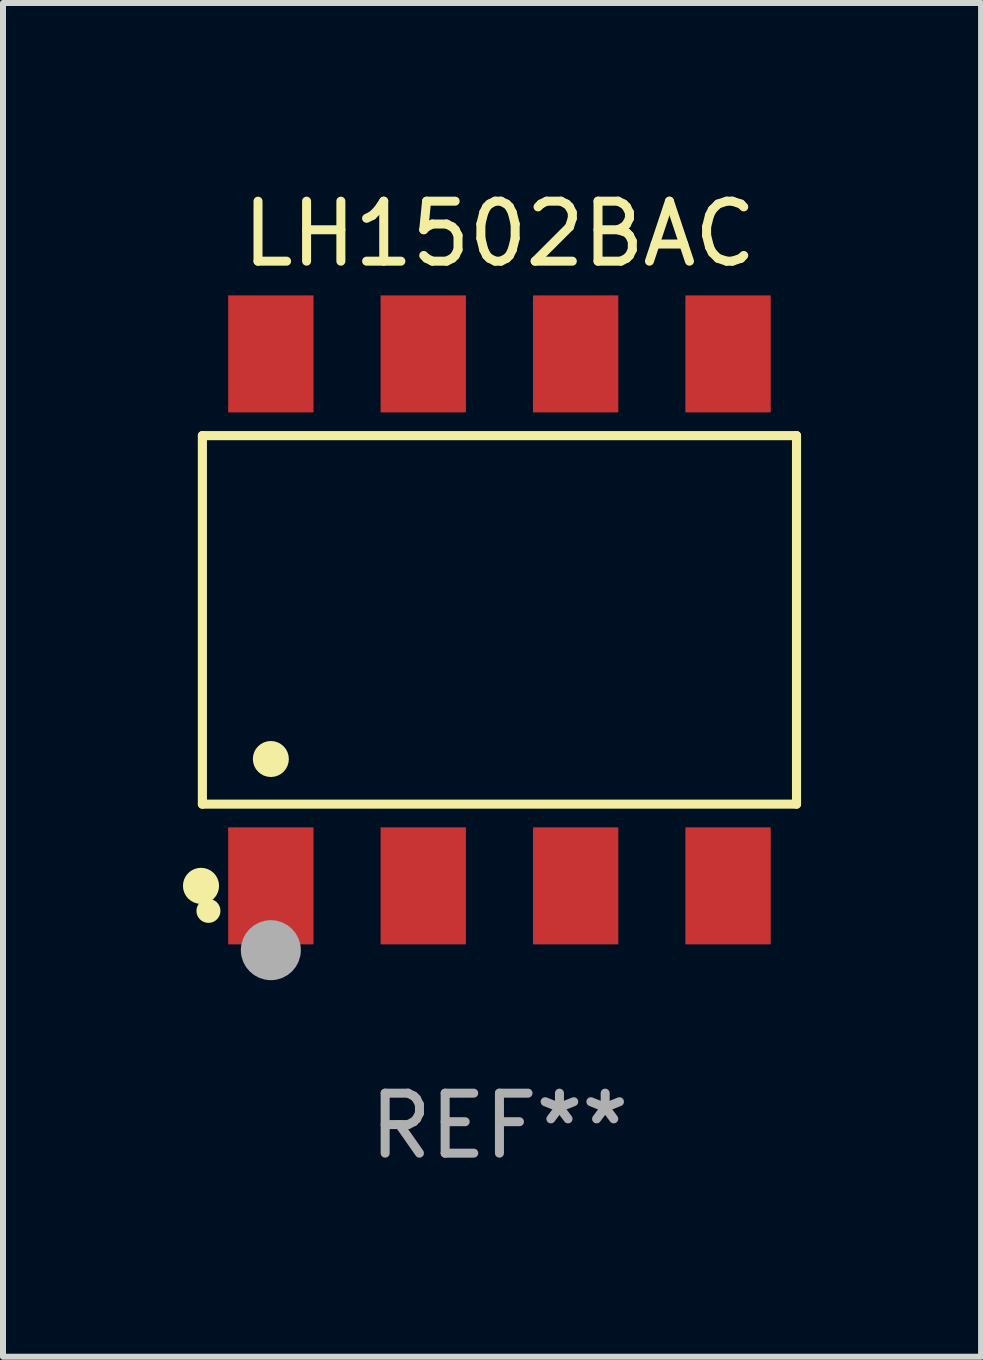
<source format=kicad_pcb>
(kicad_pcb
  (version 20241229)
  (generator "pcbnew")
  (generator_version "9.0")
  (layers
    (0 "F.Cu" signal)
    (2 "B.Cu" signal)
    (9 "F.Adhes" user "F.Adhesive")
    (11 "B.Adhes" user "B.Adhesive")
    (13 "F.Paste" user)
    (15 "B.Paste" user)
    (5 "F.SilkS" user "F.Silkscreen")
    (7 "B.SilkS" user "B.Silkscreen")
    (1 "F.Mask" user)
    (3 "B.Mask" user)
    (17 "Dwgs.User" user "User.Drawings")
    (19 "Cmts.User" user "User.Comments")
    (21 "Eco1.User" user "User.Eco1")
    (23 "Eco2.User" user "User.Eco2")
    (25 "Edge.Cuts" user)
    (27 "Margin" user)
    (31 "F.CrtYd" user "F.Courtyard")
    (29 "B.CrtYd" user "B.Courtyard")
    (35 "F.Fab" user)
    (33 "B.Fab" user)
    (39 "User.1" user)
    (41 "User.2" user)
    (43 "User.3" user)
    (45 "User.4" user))
  (footprint "LH1502BAC"
    (layer "F.Cu")
    (at 5.274 7.281)
    (property "Reference" "LH1502BAC" (at 0 -6.433 0) (layer "F.SilkS") (effects (font (size 1 1) (thickness 0.15))))
    (attr through_hole)
    (fp_line (start -4.951 -3.071) (end 4.951 -3.071) (stroke (width 0.152) (type solid)) (layer "F.SilkS"))
    (fp_line (start -4.951 3.071) (end -4.951 -3.071) (stroke (width 0.152) (type solid)) (layer "F.SilkS"))
    (fp_line (start 4.951 -3.071) (end 4.951 3.071) (stroke (width 0.152) (type solid)) (layer "F.SilkS"))
    (fp_line (start 4.951 3.071) (end -4.951 3.071) (stroke (width 0.152) (type solid)) (layer "F.SilkS"))
    (fp_circle (center -4.974 4.433) (end -4.823 4.433) (stroke (width 0.3) (type solid)) (fill no) (layer "F.SilkS"))
    (fp_circle (center -4.85 4.85) (end -4.75 4.85) (stroke (width 0.2) (type solid)) (fill no) (layer "F.SilkS"))
    (fp_circle (center -3.81 2.319) (end -3.66 2.319) (stroke (width 0.3) (type solid)) (fill no) (layer "F.SilkS"))
    (fp_circle (center -3.81 5.505) (end -3.56 5.505) (stroke (width 0.5) (type solid)) (fill no) (layer "F.Fab"))
    (fp_text user "REF**" (at 0 8.433 0) (layer "F.Fab") (effects (font (size 1 1) (thickness 0.15))))
    (pad "1" smd rect (at -3.81 4.433) (size 1.422 1.95) (layers "F.Cu" "F.Mask" "F.Paste"))
    (pad "2" smd rect (at -1.27 4.433) (size 1.422 1.95) (layers "F.Cu" "F.Mask" "F.Paste"))
    (pad "3" smd rect (at 1.27 4.433) (size 1.422 1.95) (layers "F.Cu" "F.Mask" "F.Paste"))
    (pad "4" smd rect (at 3.81 4.433) (size 1.422 1.95) (layers "F.Cu" "F.Mask" "F.Paste"))
    (pad "5" smd rect (at 3.81 -4.433) (size 1.422 1.95) (layers "F.Cu" "F.Mask" "F.Paste"))
    (pad "6" smd rect (at 1.27 -4.433) (size 1.422 1.95) (layers "F.Cu" "F.Mask" "F.Paste"))
    (pad "7" smd rect (at -1.27 -4.433) (size 1.422 1.95) (layers "F.Cu" "F.Mask" "F.Paste"))
    (pad "8" smd rect (at -3.81 -4.433) (size 1.422 1.95) (layers "F.Cu" "F.Mask" "F.Paste")))
  (gr_rect
    (start -3 -3)
    (end 13.301 19.562)
    (stroke (width 0.1) (type default))
    (fill no)
    (layer "Edge.Cuts")))
</source>
